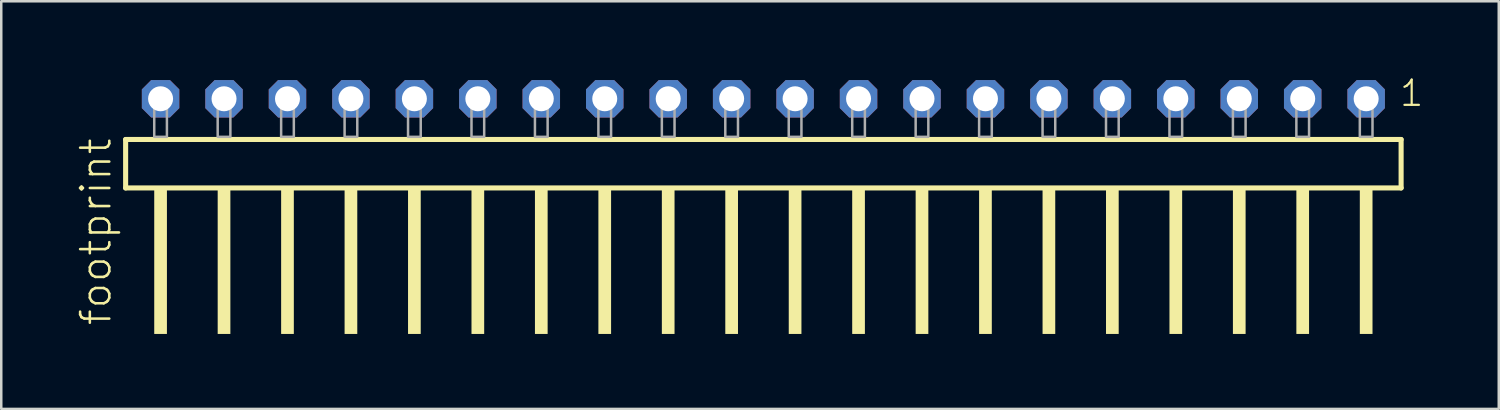
<source format=kicad_pcb>
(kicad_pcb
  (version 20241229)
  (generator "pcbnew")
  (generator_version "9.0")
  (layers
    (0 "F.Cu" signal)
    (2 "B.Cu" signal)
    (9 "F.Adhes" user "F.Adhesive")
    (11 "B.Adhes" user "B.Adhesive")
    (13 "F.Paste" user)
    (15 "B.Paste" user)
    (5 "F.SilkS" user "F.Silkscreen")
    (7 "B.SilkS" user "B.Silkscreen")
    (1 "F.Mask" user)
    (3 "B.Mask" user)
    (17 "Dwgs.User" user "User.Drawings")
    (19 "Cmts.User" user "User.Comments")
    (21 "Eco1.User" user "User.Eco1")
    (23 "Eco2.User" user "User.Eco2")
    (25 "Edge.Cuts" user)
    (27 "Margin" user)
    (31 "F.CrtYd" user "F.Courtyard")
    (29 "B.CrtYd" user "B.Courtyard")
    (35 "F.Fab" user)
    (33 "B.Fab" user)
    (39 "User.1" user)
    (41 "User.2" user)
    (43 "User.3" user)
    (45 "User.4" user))
  (footprint "footprint"
    (layer "F.Cu")
    (at 27.508 2.428)
    (property "Reference" "footprint" (at -26.035 7.62 90) (layer "F.SilkS") (effects (font (size 1.168 1.168) (thickness 0.102)) (justify left bottom)))
    (fp_line (start -25.529 0.106) (end -25.529 2.046) (stroke (width 0.203) (type solid)) (layer "F.SilkS"))
    (fp_line (start -25.529 2.046) (end 25.529 2.046) (stroke (width 0.203) (type solid)) (layer "F.SilkS"))
    (fp_line (start 25.529 0.106) (end -25.529 0.106) (stroke (width 0.203) (type solid)) (layer "F.SilkS"))
    (fp_line (start 25.529 2.046) (end 25.529 0.106) (stroke (width 0.203) (type solid)) (layer "F.SilkS"))
    (fp_poly (pts (xy -24.384 7.89) (xy -23.876 7.89) (xy -23.876 2.04) (xy -24.384 2.04)) (stroke (width 0) (type solid)) (fill yes) (layer "F.SilkS"))
    (fp_poly (pts (xy -21.844 7.89) (xy -21.336 7.89) (xy -21.336 2.04) (xy -21.844 2.04)) (stroke (width 0) (type solid)) (fill yes) (layer "F.SilkS"))
    (fp_poly (pts (xy -19.304 7.89) (xy -18.796 7.89) (xy -18.796 2.04) (xy -19.304 2.04)) (stroke (width 0) (type solid)) (fill yes) (layer "F.SilkS"))
    (fp_poly (pts (xy -16.764 7.89) (xy -16.256 7.89) (xy -16.256 2.04) (xy -16.764 2.04)) (stroke (width 0) (type solid)) (fill yes) (layer "F.SilkS"))
    (fp_poly (pts (xy -14.224 7.89) (xy -13.716 7.89) (xy -13.716 2.04) (xy -14.224 2.04)) (stroke (width 0) (type solid)) (fill yes) (layer "F.SilkS"))
    (fp_poly (pts (xy -11.684 7.89) (xy -11.176 7.89) (xy -11.176 2.04) (xy -11.684 2.04)) (stroke (width 0) (type solid)) (fill yes) (layer "F.SilkS"))
    (fp_poly (pts (xy -9.144 7.89) (xy -8.636 7.89) (xy -8.636 2.04) (xy -9.144 2.04)) (stroke (width 0) (type solid)) (fill yes) (layer "F.SilkS"))
    (fp_poly (pts (xy -6.604 7.89) (xy -6.096 7.89) (xy -6.096 2.04) (xy -6.604 2.04)) (stroke (width 0) (type solid)) (fill yes) (layer "F.SilkS"))
    (fp_poly (pts (xy -4.064 7.89) (xy -3.556 7.89) (xy -3.556 2.04) (xy -4.064 2.04)) (stroke (width 0) (type solid)) (fill yes) (layer "F.SilkS"))
    (fp_poly (pts (xy -1.524 7.89) (xy -1.016 7.89) (xy -1.016 2.04) (xy -1.524 2.04)) (stroke (width 0) (type solid)) (fill yes) (layer "F.SilkS"))
    (fp_poly (pts (xy 1.016 7.89) (xy 1.524 7.89) (xy 1.524 2.04) (xy 1.016 2.04)) (stroke (width 0) (type solid)) (fill yes) (layer "F.SilkS"))
    (fp_poly (pts (xy 3.556 7.89) (xy 4.064 7.89) (xy 4.064 2.04) (xy 3.556 2.04)) (stroke (width 0) (type solid)) (fill yes) (layer "F.SilkS"))
    (fp_poly (pts (xy 6.096 7.89) (xy 6.604 7.89) (xy 6.604 2.04) (xy 6.096 2.04)) (stroke (width 0) (type solid)) (fill yes) (layer "F.SilkS"))
    (fp_poly (pts (xy 8.636 7.89) (xy 9.144 7.89) (xy 9.144 2.04) (xy 8.636 2.04)) (stroke (width 0) (type solid)) (fill yes) (layer "F.SilkS"))
    (fp_poly (pts (xy 11.176 7.89) (xy 11.684 7.89) (xy 11.684 2.04) (xy 11.176 2.04)) (stroke (width 0) (type solid)) (fill yes) (layer "F.SilkS"))
    (fp_poly (pts (xy 13.716 7.89) (xy 14.224 7.89) (xy 14.224 2.04) (xy 13.716 2.04)) (stroke (width 0) (type solid)) (fill yes) (layer "F.SilkS"))
    (fp_poly (pts (xy 16.256 7.89) (xy 16.764 7.89) (xy 16.764 2.04) (xy 16.256 2.04)) (stroke (width 0) (type solid)) (fill yes) (layer "F.SilkS"))
    (fp_poly (pts (xy 18.796 7.89) (xy 19.304 7.89) (xy 19.304 2.04) (xy 18.796 2.04)) (stroke (width 0) (type solid)) (fill yes) (layer "F.SilkS"))
    (fp_poly (pts (xy 21.336 7.89) (xy 21.844 7.89) (xy 21.844 2.04) (xy 21.336 2.04)) (stroke (width 0) (type solid)) (fill yes) (layer "F.SilkS"))
    (fp_poly (pts (xy 23.876 7.89) (xy 24.384 7.89) (xy 24.384 2.04) (xy 23.876 2.04)) (stroke (width 0) (type solid)) (fill yes) (layer "F.SilkS"))
    (fp_poly (pts (xy -24.384 0) (xy -23.876 0) (xy -23.876 -1.778) (xy -24.384 -1.778)) (stroke (width 0.1) (type solid)) (fill no) (layer "F.Fab"))
    (fp_poly (pts (xy -21.844 0) (xy -21.336 0) (xy -21.336 -1.778) (xy -21.844 -1.778)) (stroke (width 0.1) (type solid)) (fill no) (layer "F.Fab"))
    (fp_poly (pts (xy -19.304 0) (xy -18.796 0) (xy -18.796 -1.778) (xy -19.304 -1.778)) (stroke (width 0.1) (type solid)) (fill no) (layer "F.Fab"))
    (fp_poly (pts (xy -16.764 0) (xy -16.256 0) (xy -16.256 -1.778) (xy -16.764 -1.778)) (stroke (width 0.1) (type solid)) (fill no) (layer "F.Fab"))
    (fp_poly (pts (xy -14.224 0) (xy -13.716 0) (xy -13.716 -1.778) (xy -14.224 -1.778)) (stroke (width 0.1) (type solid)) (fill no) (layer "F.Fab"))
    (fp_poly (pts (xy -11.684 0) (xy -11.176 0) (xy -11.176 -1.778) (xy -11.684 -1.778)) (stroke (width 0.1) (type solid)) (fill no) (layer "F.Fab"))
    (fp_poly (pts (xy -9.144 0) (xy -8.636 0) (xy -8.636 -1.778) (xy -9.144 -1.778)) (stroke (width 0.1) (type solid)) (fill no) (layer "F.Fab"))
    (fp_poly (pts (xy -6.604 0) (xy -6.096 0) (xy -6.096 -1.778) (xy -6.604 -1.778)) (stroke (width 0.1) (type solid)) (fill no) (layer "F.Fab"))
    (fp_poly (pts (xy -4.064 0) (xy -3.556 0) (xy -3.556 -1.778) (xy -4.064 -1.778)) (stroke (width 0.1) (type solid)) (fill no) (layer "F.Fab"))
    (fp_poly (pts (xy -1.524 0) (xy -1.016 0) (xy -1.016 -1.778) (xy -1.524 -1.778)) (stroke (width 0.1) (type solid)) (fill no) (layer "F.Fab"))
    (fp_poly (pts (xy 1.016 0) (xy 1.524 0) (xy 1.524 -1.778) (xy 1.016 -1.778)) (stroke (width 0.1) (type solid)) (fill no) (layer "F.Fab"))
    (fp_poly (pts (xy 3.556 0) (xy 4.064 0) (xy 4.064 -1.778) (xy 3.556 -1.778)) (stroke (width 0.1) (type solid)) (fill no) (layer "F.Fab"))
    (fp_poly (pts (xy 6.096 0) (xy 6.604 0) (xy 6.604 -1.778) (xy 6.096 -1.778)) (stroke (width 0.1) (type solid)) (fill no) (layer "F.Fab"))
    (fp_poly (pts (xy 8.636 0) (xy 9.144 0) (xy 9.144 -1.778) (xy 8.636 -1.778)) (stroke (width 0.1) (type solid)) (fill no) (layer "F.Fab"))
    (fp_poly (pts (xy 11.176 0) (xy 11.684 0) (xy 11.684 -1.778) (xy 11.176 -1.778)) (stroke (width 0.1) (type solid)) (fill no) (layer "F.Fab"))
    (fp_poly (pts (xy 13.716 0) (xy 14.224 0) (xy 14.224 -1.778) (xy 13.716 -1.778)) (stroke (width 0.1) (type solid)) (fill no) (layer "F.Fab"))
    (fp_poly (pts (xy 16.256 0) (xy 16.764 0) (xy 16.764 -1.778) (xy 16.256 -1.778)) (stroke (width 0.1) (type solid)) (fill no) (layer "F.Fab"))
    (fp_poly (pts (xy 18.796 0) (xy 19.304 0) (xy 19.304 -1.778) (xy 18.796 -1.778)) (stroke (width 0.1) (type solid)) (fill no) (layer "F.Fab"))
    (fp_poly (pts (xy 21.336 0) (xy 21.844 0) (xy 21.844 -1.778) (xy 21.336 -1.778)) (stroke (width 0.1) (type solid)) (fill no) (layer "F.Fab"))
    (fp_poly (pts (xy 23.876 0) (xy 24.384 0) (xy 24.384 -1.778) (xy 23.876 -1.778)) (stroke (width 0.1) (type solid)) (fill no) (layer "F.Fab"))
    (fp_text user "1" (at 25.412 -1.152 0) (layer "F.SilkS") (effects (font (size 1.012 1.012) (thickness 0.088)) (justify left bottom)))
    (pad "1" thru_hole roundrect (at 24.13 -1.524 180) (size 1.5 1.5) (drill 1) (layers "*.Cu" "*.Mask") (roundrect_rratio 0.25) (chamfer_ratio 0.25) (chamfer top_left top_right bottom_left bottom_right))
    (pad "2" thru_hole roundrect (at 21.59 -1.524 180) (size 1.5 1.5) (drill 1) (layers "*.Cu" "*.Mask") (roundrect_rratio 0.25) (chamfer_ratio 0.25) (chamfer top_left top_right bottom_left bottom_right))
    (pad "3" thru_hole roundrect (at 19.05 -1.524 180) (size 1.5 1.5) (drill 1) (layers "*.Cu" "*.Mask") (roundrect_rratio 0.25) (chamfer_ratio 0.25) (chamfer top_left top_right bottom_left bottom_right))
    (pad "4" thru_hole roundrect (at 16.51 -1.524 180) (size 1.5 1.5) (drill 1) (layers "*.Cu" "*.Mask") (roundrect_rratio 0.25) (chamfer_ratio 0.25) (chamfer top_left top_right bottom_left bottom_right))
    (pad "5" thru_hole roundrect (at 13.97 -1.524 180) (size 1.5 1.5) (drill 1) (layers "*.Cu" "*.Mask") (roundrect_rratio 0.25) (chamfer_ratio 0.25) (chamfer top_left top_right bottom_left bottom_right))
    (pad "6" thru_hole roundrect (at 11.43 -1.524 180) (size 1.5 1.5) (drill 1) (layers "*.Cu" "*.Mask") (roundrect_rratio 0.25) (chamfer_ratio 0.25) (chamfer top_left top_right bottom_left bottom_right))
    (pad "7" thru_hole roundrect (at 8.89 -1.524 180) (size 1.5 1.5) (drill 1) (layers "*.Cu" "*.Mask") (roundrect_rratio 0.25) (chamfer_ratio 0.25) (chamfer top_left top_right bottom_left bottom_right))
    (pad "8" thru_hole roundrect (at 6.35 -1.524 180) (size 1.5 1.5) (drill 1) (layers "*.Cu" "*.Mask") (roundrect_rratio 0.25) (chamfer_ratio 0.25) (chamfer top_left top_right bottom_left bottom_right))
    (pad "9" thru_hole roundrect (at 3.81 -1.524 180) (size 1.5 1.5) (drill 1) (layers "*.Cu" "*.Mask") (roundrect_rratio 0.25) (chamfer_ratio 0.25) (chamfer top_left top_right bottom_left bottom_right))
    (pad "10" thru_hole roundrect (at 1.27 -1.524 180) (size 1.5 1.5) (drill 1) (layers "*.Cu" "*.Mask") (roundrect_rratio 0.25) (chamfer_ratio 0.25) (chamfer top_left top_right bottom_left bottom_right))
    (pad "11" thru_hole roundrect (at -1.27 -1.524 180) (size 1.5 1.5) (drill 1) (layers "*.Cu" "*.Mask") (roundrect_rratio 0.25) (chamfer_ratio 0.25) (chamfer top_left top_right bottom_left bottom_right))
    (pad "12" thru_hole roundrect (at -3.81 -1.524 180) (size 1.5 1.5) (drill 1) (layers "*.Cu" "*.Mask") (roundrect_rratio 0.25) (chamfer_ratio 0.25) (chamfer top_left top_right bottom_left bottom_right))
    (pad "13" thru_hole roundrect (at -6.35 -1.524 180) (size 1.5 1.5) (drill 1) (layers "*.Cu" "*.Mask") (roundrect_rratio 0.25) (chamfer_ratio 0.25) (chamfer top_left top_right bottom_left bottom_right))
    (pad "14" thru_hole roundrect (at -8.89 -1.524 180) (size 1.5 1.5) (drill 1) (layers "*.Cu" "*.Mask") (roundrect_rratio 0.25) (chamfer_ratio 0.25) (chamfer top_left top_right bottom_left bottom_right))
    (pad "15" thru_hole roundrect (at -11.43 -1.524 180) (size 1.5 1.5) (drill 1) (layers "*.Cu" "*.Mask") (roundrect_rratio 0.25) (chamfer_ratio 0.25) (chamfer top_left top_right bottom_left bottom_right))
    (pad "16" thru_hole roundrect (at -13.97 -1.524 180) (size 1.5 1.5) (drill 1) (layers "*.Cu" "*.Mask") (roundrect_rratio 0.25) (chamfer_ratio 0.25) (chamfer top_left top_right bottom_left bottom_right))
    (pad "17" thru_hole roundrect (at -16.51 -1.524 180) (size 1.5 1.5) (drill 1) (layers "*.Cu" "*.Mask") (roundrect_rratio 0.25) (chamfer_ratio 0.25) (chamfer top_left top_right bottom_left bottom_right))
    (pad "18" thru_hole roundrect (at -19.05 -1.524 180) (size 1.5 1.5) (drill 1) (layers "*.Cu" "*.Mask") (roundrect_rratio 0.25) (chamfer_ratio 0.25) (chamfer top_left top_right bottom_left bottom_right))
    (pad "19" thru_hole roundrect (at -21.59 -1.524 180) (size 1.5 1.5) (drill 1) (layers "*.Cu" "*.Mask") (roundrect_rratio 0.25) (chamfer_ratio 0.25) (chamfer top_left top_right bottom_left bottom_right))
    (pad "20" thru_hole roundrect (at -24.13 -1.524 180) (size 1.5 1.5) (drill 1) (layers "*.Cu" "*.Mask") (roundrect_rratio 0.25) (chamfer_ratio 0.25) (chamfer top_left top_right bottom_left bottom_right)))
  (gr_rect
    (start -3 -3)
    (end 56.946 13.318)
    (stroke (width 0.1) (type default))
    (fill no)
    (layer "Edge.Cuts")))
</source>
